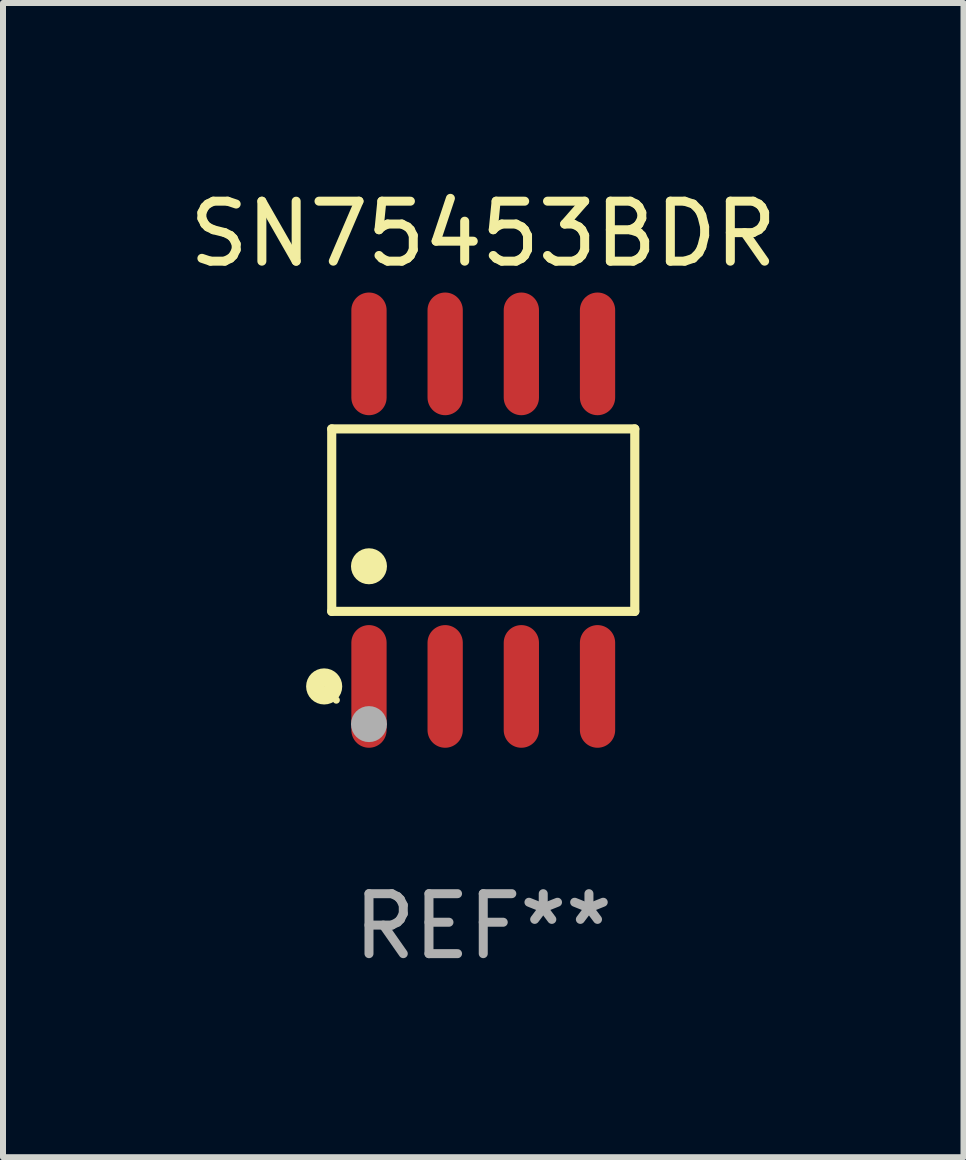
<source format=kicad_pcb>
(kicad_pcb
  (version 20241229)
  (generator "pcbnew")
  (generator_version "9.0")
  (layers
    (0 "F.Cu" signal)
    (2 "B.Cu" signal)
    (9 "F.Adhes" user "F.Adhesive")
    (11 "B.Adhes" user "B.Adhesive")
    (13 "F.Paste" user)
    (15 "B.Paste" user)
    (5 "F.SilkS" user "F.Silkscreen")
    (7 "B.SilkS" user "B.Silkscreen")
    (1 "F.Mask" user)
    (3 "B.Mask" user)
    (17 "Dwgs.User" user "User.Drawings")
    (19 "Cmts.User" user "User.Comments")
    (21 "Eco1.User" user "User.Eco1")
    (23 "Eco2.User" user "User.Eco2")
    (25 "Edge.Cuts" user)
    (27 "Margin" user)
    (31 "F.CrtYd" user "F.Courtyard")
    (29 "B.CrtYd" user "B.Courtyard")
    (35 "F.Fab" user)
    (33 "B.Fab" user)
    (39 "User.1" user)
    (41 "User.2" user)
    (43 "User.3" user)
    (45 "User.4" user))
  (footprint "SN75453BDR"
    (layer "F.Cu")
    (at 5.006 5.621)
    (property "Reference" "SN75453BDR" (at 0 -4.772 0) (layer "F.SilkS") (effects (font (size 1 1) (thickness 0.15))))
    (attr through_hole)
    (fp_line (start -2.526 -1.521) (end 2.526 -1.521) (stroke (width 0.152) (type solid)) (layer "F.SilkS"))
    (fp_line (start -2.526 1.521) (end -2.526 -1.521) (stroke (width 0.152) (type solid)) (layer "F.SilkS"))
    (fp_line (start 2.526 -1.521) (end 2.526 1.521) (stroke (width 0.152) (type solid)) (layer "F.SilkS"))
    (fp_line (start 2.526 1.521) (end -2.526 1.521) (stroke (width 0.152) (type solid)) (layer "F.SilkS"))
    (fp_circle (center -2.652 2.772) (end -2.501 2.772) (stroke (width 0.3) (type solid)) (fill no) (layer "F.SilkS"))
    (fp_circle (center -2.45 3) (end -2.42 3) (stroke (width 0.06) (type solid)) (fill no) (layer "F.SilkS"))
    (fp_circle (center -1.905 0.769) (end -1.755 0.769) (stroke (width 0.3) (type solid)) (fill no) (layer "F.SilkS"))
    (fp_circle (center -1.905 3.4) (end -1.755 3.4) (stroke (width 0.3) (type solid)) (fill no) (layer "F.Fab"))
    (fp_text user "REF**" (at 0 6.772 0) (layer "F.Fab") (effects (font (size 1 1) (thickness 0.15))))
    (pad "1" smd oval (at -1.905 2.772) (size 0.588 2.045) (layers "F.Cu" "F.Mask" "F.Paste"))
    (pad "2" smd oval (at -0.635 2.772) (size 0.588 2.045) (layers "F.Cu" "F.Mask" "F.Paste"))
    (pad "3" smd oval (at 0.635 2.772) (size 0.588 2.045) (layers "F.Cu" "F.Mask" "F.Paste"))
    (pad "4" smd oval (at 1.905 2.772) (size 0.588 2.045) (layers "F.Cu" "F.Mask" "F.Paste"))
    (pad "5" smd oval (at 1.905 -2.772) (size 0.588 2.045) (layers "F.Cu" "F.Mask" "F.Paste"))
    (pad "6" smd oval (at 0.635 -2.772) (size 0.588 2.045) (layers "F.Cu" "F.Mask" "F.Paste"))
    (pad "7" smd oval (at -0.635 -2.772) (size 0.588 2.045) (layers "F.Cu" "F.Mask" "F.Paste"))
    (pad "8" smd oval (at -1.905 -2.772) (size 0.588 2.045) (layers "F.Cu" "F.Mask" "F.Paste")))
  (gr_rect
    (start -3 -3)
    (end 13.012 16.241)
    (stroke (width 0.1) (type default))
    (fill no)
    (layer "Edge.Cuts")))
</source>
